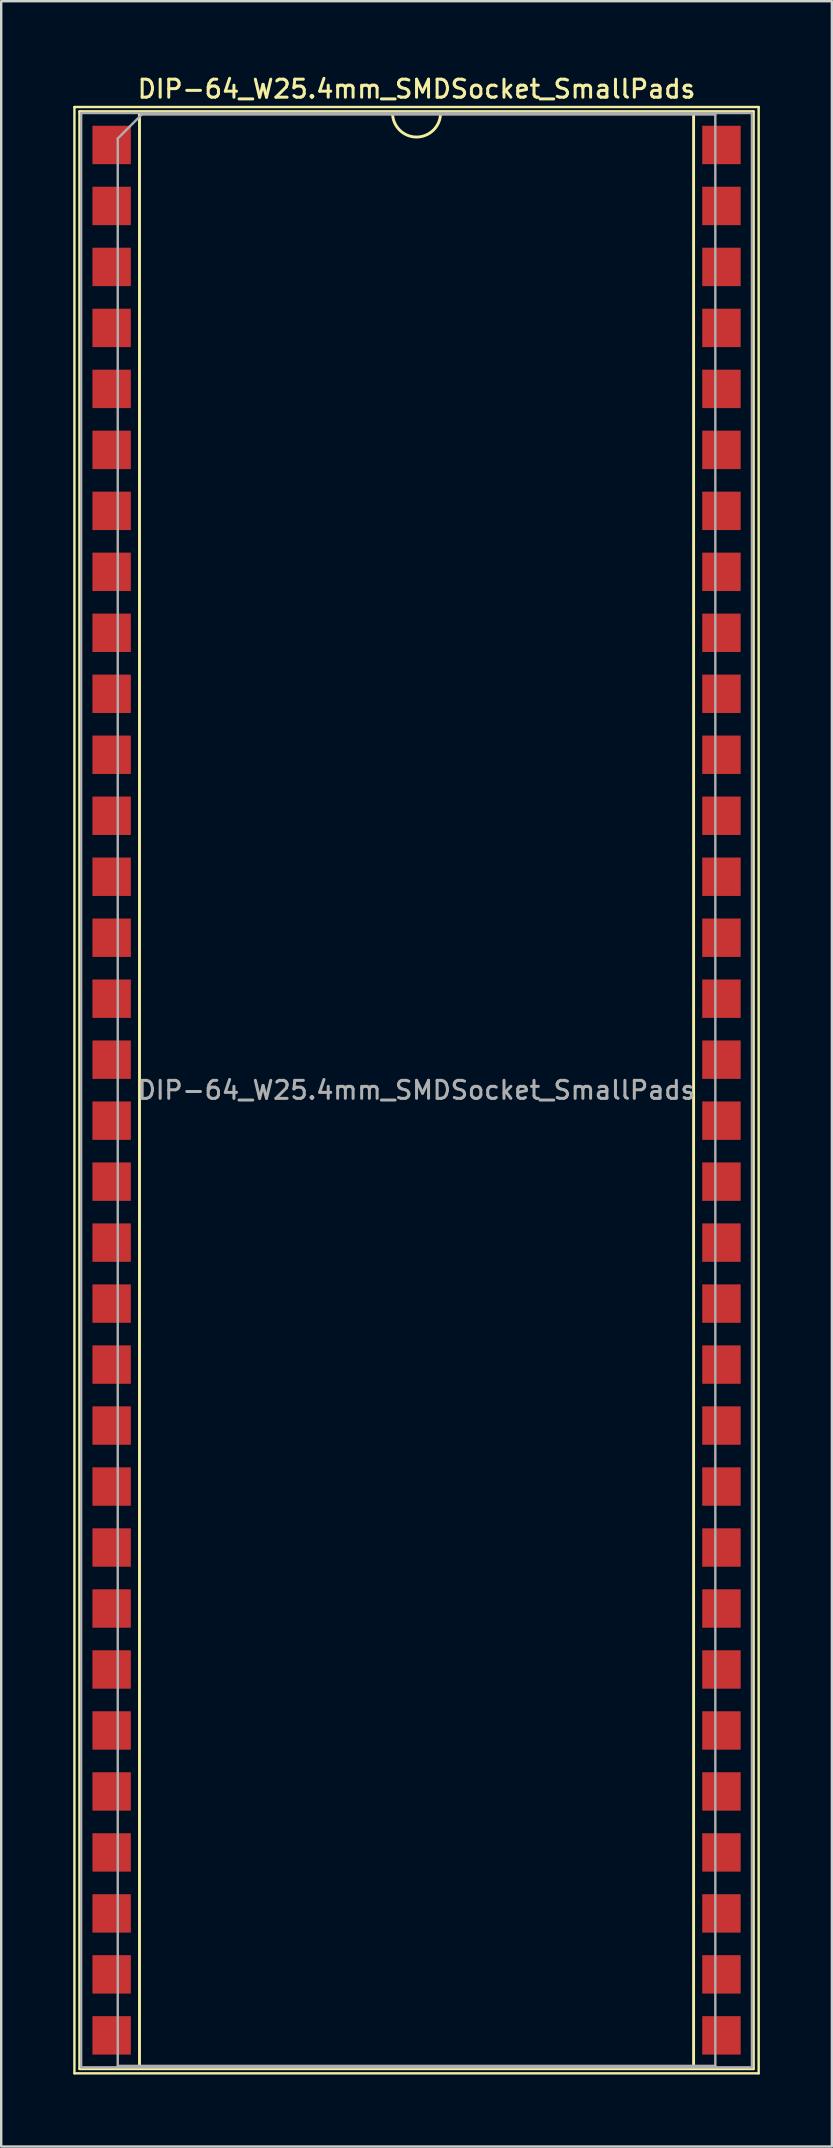
<source format=kicad_pcb>
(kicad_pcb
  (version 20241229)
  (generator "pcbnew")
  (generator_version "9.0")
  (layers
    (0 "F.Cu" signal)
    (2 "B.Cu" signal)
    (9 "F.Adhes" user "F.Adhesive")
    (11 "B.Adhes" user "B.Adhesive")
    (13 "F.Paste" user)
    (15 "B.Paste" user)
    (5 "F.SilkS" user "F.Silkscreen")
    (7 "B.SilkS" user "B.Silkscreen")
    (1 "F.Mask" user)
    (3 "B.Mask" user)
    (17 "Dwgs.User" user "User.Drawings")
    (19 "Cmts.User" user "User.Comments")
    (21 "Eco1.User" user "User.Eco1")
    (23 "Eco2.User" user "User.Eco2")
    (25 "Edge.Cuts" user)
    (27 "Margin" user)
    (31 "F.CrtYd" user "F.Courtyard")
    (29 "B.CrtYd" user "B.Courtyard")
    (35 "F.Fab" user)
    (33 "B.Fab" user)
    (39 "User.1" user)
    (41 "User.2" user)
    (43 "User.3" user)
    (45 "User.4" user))
  (footprint "DIP-64_W25.4mm_SMDSocket_SmallPads"
    (layer "F.Cu")
    (at 14.3 42.358)
    (property "Reference" "DIP-64_W25.4mm_SMDSocket_SmallPads" (at 0 -41.7 0) (layer "F.SilkS") (effects (font (size 0.75 0.75) (thickness 0.125))))
    (attr smd)
    (fp_line (start -14.25 -40.95) (end -14.25 40.95) (stroke (width 0.1) (type solid)) (layer "F.SilkS"))
    (fp_line (start -14.25 40.95) (end 14.25 40.95) (stroke (width 0.1) (type solid)) (layer "F.SilkS"))
    (fp_line (start -14.03 -40.76) (end -14.03 40.76) (stroke (width 0.12) (type solid)) (layer "F.SilkS"))
    (fp_line (start -14.03 40.76) (end 14.03 40.76) (stroke (width 0.12) (type solid)) (layer "F.SilkS"))
    (fp_line (start -11.54 -40.7) (end -11.54 40.7) (stroke (width 0.12) (type solid)) (layer "F.SilkS"))
    (fp_line (start -11.54 40.7) (end 11.54 40.7) (stroke (width 0.12) (type solid)) (layer "F.SilkS"))
    (fp_line (start -1 -40.7) (end -11.54 -40.7) (stroke (width 0.12) (type solid)) (layer "F.SilkS"))
    (fp_line (start 11.54 -40.7) (end 1 -40.7) (stroke (width 0.12) (type solid)) (layer "F.SilkS"))
    (fp_line (start 11.54 40.7) (end 11.54 -40.7) (stroke (width 0.12) (type solid)) (layer "F.SilkS"))
    (fp_line (start 14.03 -40.76) (end -14.03 -40.76) (stroke (width 0.12) (type solid)) (layer "F.SilkS"))
    (fp_line (start 14.03 40.76) (end 14.03 -40.76) (stroke (width 0.12) (type solid)) (layer "F.SilkS"))
    (fp_line (start 14.25 -40.95) (end -14.25 -40.95) (stroke (width 0.1) (type solid)) (layer "F.SilkS"))
    (fp_line (start 14.25 40.95) (end 14.25 -40.95) (stroke (width 0.1) (type solid)) (layer "F.SilkS"))
    (fp_arc (start 1 -40.7) (mid 0 -39.7) (end -1 -40.7) (stroke (width 0.12) (type solid)) (layer "F.SilkS"))
    (fp_line (start -13.97 -40.7) (end -13.97 40.7) (stroke (width 0.1) (type solid)) (layer "F.Fab"))
    (fp_line (start -13.97 40.7) (end 13.97 40.7) (stroke (width 0.1) (type solid)) (layer "F.Fab"))
    (fp_line (start -12.445 -39.64) (end -11.445 -40.64) (stroke (width 0.1) (type solid)) (layer "F.Fab"))
    (fp_line (start -12.445 40.64) (end -12.445 -39.64) (stroke (width 0.1) (type solid)) (layer "F.Fab"))
    (fp_line (start -11.445 -40.64) (end 12.445 -40.64) (stroke (width 0.1) (type solid)) (layer "F.Fab"))
    (fp_line (start 12.445 -40.64) (end 12.445 40.64) (stroke (width 0.1) (type solid)) (layer "F.Fab"))
    (fp_line (start 12.445 40.64) (end -12.445 40.64) (stroke (width 0.1) (type solid)) (layer "F.Fab"))
    (fp_line (start 13.97 -40.7) (end -13.97 -40.7) (stroke (width 0.1) (type solid)) (layer "F.Fab"))
    (fp_line (start 13.97 40.7) (end 13.97 -40.7) (stroke (width 0.1) (type solid)) (layer "F.Fab"))
    (fp_text user "${REFERENCE}" (at 0 0 0) (layer "F.Fab") (effects (font (size 0.75 0.75) (thickness 0.125))))
    (pad "1" smd rect (at -12.7 -39.37) (size 1.6 1.6) (layers "F.Cu" "F.Mask" "F.Paste"))
    (pad "2" smd rect (at -12.7 -36.83) (size 1.6 1.6) (layers "F.Cu" "F.Mask" "F.Paste"))
    (pad "3" smd rect (at -12.7 -34.29) (size 1.6 1.6) (layers "F.Cu" "F.Mask" "F.Paste"))
    (pad "4" smd rect (at -12.7 -31.75) (size 1.6 1.6) (layers "F.Cu" "F.Mask" "F.Paste"))
    (pad "5" smd rect (at -12.7 -29.21) (size 1.6 1.6) (layers "F.Cu" "F.Mask" "F.Paste"))
    (pad "6" smd rect (at -12.7 -26.67) (size 1.6 1.6) (layers "F.Cu" "F.Mask" "F.Paste"))
    (pad "7" smd rect (at -12.7 -24.13) (size 1.6 1.6) (layers "F.Cu" "F.Mask" "F.Paste"))
    (pad "8" smd rect (at -12.7 -21.59) (size 1.6 1.6) (layers "F.Cu" "F.Mask" "F.Paste"))
    (pad "9" smd rect (at -12.7 -19.05) (size 1.6 1.6) (layers "F.Cu" "F.Mask" "F.Paste"))
    (pad "10" smd rect (at -12.7 -16.51) (size 1.6 1.6) (layers "F.Cu" "F.Mask" "F.Paste"))
    (pad "11" smd rect (at -12.7 -13.97) (size 1.6 1.6) (layers "F.Cu" "F.Mask" "F.Paste"))
    (pad "12" smd rect (at -12.7 -11.43) (size 1.6 1.6) (layers "F.Cu" "F.Mask" "F.Paste"))
    (pad "13" smd rect (at -12.7 -8.89) (size 1.6 1.6) (layers "F.Cu" "F.Mask" "F.Paste"))
    (pad "14" smd rect (at -12.7 -6.35) (size 1.6 1.6) (layers "F.Cu" "F.Mask" "F.Paste"))
    (pad "15" smd rect (at -12.7 -3.81) (size 1.6 1.6) (layers "F.Cu" "F.Mask" "F.Paste"))
    (pad "16" smd rect (at -12.7 -1.27) (size 1.6 1.6) (layers "F.Cu" "F.Mask" "F.Paste"))
    (pad "17" smd rect (at -12.7 1.27) (size 1.6 1.6) (layers "F.Cu" "F.Mask" "F.Paste"))
    (pad "18" smd rect (at -12.7 3.81) (size 1.6 1.6) (layers "F.Cu" "F.Mask" "F.Paste"))
    (pad "19" smd rect (at -12.7 6.35) (size 1.6 1.6) (layers "F.Cu" "F.Mask" "F.Paste"))
    (pad "20" smd rect (at -12.7 8.89) (size 1.6 1.6) (layers "F.Cu" "F.Mask" "F.Paste"))
    (pad "21" smd rect (at -12.7 11.43) (size 1.6 1.6) (layers "F.Cu" "F.Mask" "F.Paste"))
    (pad "22" smd rect (at -12.7 13.97) (size 1.6 1.6) (layers "F.Cu" "F.Mask" "F.Paste"))
    (pad "23" smd rect (at -12.7 16.51) (size 1.6 1.6) (layers "F.Cu" "F.Mask" "F.Paste"))
    (pad "24" smd rect (at -12.7 19.05) (size 1.6 1.6) (layers "F.Cu" "F.Mask" "F.Paste"))
    (pad "25" smd rect (at -12.7 21.59) (size 1.6 1.6) (layers "F.Cu" "F.Mask" "F.Paste"))
    (pad "26" smd rect (at -12.7 24.13) (size 1.6 1.6) (layers "F.Cu" "F.Mask" "F.Paste"))
    (pad "27" smd rect (at -12.7 26.67) (size 1.6 1.6) (layers "F.Cu" "F.Mask" "F.Paste"))
    (pad "28" smd rect (at -12.7 29.21) (size 1.6 1.6) (layers "F.Cu" "F.Mask" "F.Paste"))
    (pad "29" smd rect (at -12.7 31.75) (size 1.6 1.6) (layers "F.Cu" "F.Mask" "F.Paste"))
    (pad "30" smd rect (at -12.7 34.29) (size 1.6 1.6) (layers "F.Cu" "F.Mask" "F.Paste"))
    (pad "31" smd rect (at -12.7 36.83) (size 1.6 1.6) (layers "F.Cu" "F.Mask" "F.Paste"))
    (pad "32" smd rect (at -12.7 39.37) (size 1.6 1.6) (layers "F.Cu" "F.Mask" "F.Paste"))
    (pad "33" smd rect (at 12.7 39.37) (size 1.6 1.6) (layers "F.Cu" "F.Mask" "F.Paste"))
    (pad "34" smd rect (at 12.7 36.83) (size 1.6 1.6) (layers "F.Cu" "F.Mask" "F.Paste"))
    (pad "35" smd rect (at 12.7 34.29) (size 1.6 1.6) (layers "F.Cu" "F.Mask" "F.Paste"))
    (pad "36" smd rect (at 12.7 31.75) (size 1.6 1.6) (layers "F.Cu" "F.Mask" "F.Paste"))
    (pad "37" smd rect (at 12.7 29.21) (size 1.6 1.6) (layers "F.Cu" "F.Mask" "F.Paste"))
    (pad "38" smd rect (at 12.7 26.67) (size 1.6 1.6) (layers "F.Cu" "F.Mask" "F.Paste"))
    (pad "39" smd rect (at 12.7 24.13) (size 1.6 1.6) (layers "F.Cu" "F.Mask" "F.Paste"))
    (pad "40" smd rect (at 12.7 21.59) (size 1.6 1.6) (layers "F.Cu" "F.Mask" "F.Paste"))
    (pad "41" smd rect (at 12.7 19.05) (size 1.6 1.6) (layers "F.Cu" "F.Mask" "F.Paste"))
    (pad "42" smd rect (at 12.7 16.51) (size 1.6 1.6) (layers "F.Cu" "F.Mask" "F.Paste"))
    (pad "43" smd rect (at 12.7 13.97) (size 1.6 1.6) (layers "F.Cu" "F.Mask" "F.Paste"))
    (pad "44" smd rect (at 12.7 11.43) (size 1.6 1.6) (layers "F.Cu" "F.Mask" "F.Paste"))
    (pad "45" smd rect (at 12.7 8.89) (size 1.6 1.6) (layers "F.Cu" "F.Mask" "F.Paste"))
    (pad "46" smd rect (at 12.7 6.35) (size 1.6 1.6) (layers "F.Cu" "F.Mask" "F.Paste"))
    (pad "47" smd rect (at 12.7 3.81) (size 1.6 1.6) (layers "F.Cu" "F.Mask" "F.Paste"))
    (pad "48" smd rect (at 12.7 1.27) (size 1.6 1.6) (layers "F.Cu" "F.Mask" "F.Paste"))
    (pad "49" smd rect (at 12.7 -1.27) (size 1.6 1.6) (layers "F.Cu" "F.Mask" "F.Paste"))
    (pad "50" smd rect (at 12.7 -3.81) (size 1.6 1.6) (layers "F.Cu" "F.Mask" "F.Paste"))
    (pad "51" smd rect (at 12.7 -6.35) (size 1.6 1.6) (layers "F.Cu" "F.Mask" "F.Paste"))
    (pad "52" smd rect (at 12.7 -8.89) (size 1.6 1.6) (layers "F.Cu" "F.Mask" "F.Paste"))
    (pad "53" smd rect (at 12.7 -11.43) (size 1.6 1.6) (layers "F.Cu" "F.Mask" "F.Paste"))
    (pad "54" smd rect (at 12.7 -13.97) (size 1.6 1.6) (layers "F.Cu" "F.Mask" "F.Paste"))
    (pad "55" smd rect (at 12.7 -16.51) (size 1.6 1.6) (layers "F.Cu" "F.Mask" "F.Paste"))
    (pad "56" smd rect (at 12.7 -19.05) (size 1.6 1.6) (layers "F.Cu" "F.Mask" "F.Paste"))
    (pad "57" smd rect (at 12.7 -21.59) (size 1.6 1.6) (layers "F.Cu" "F.Mask" "F.Paste"))
    (pad "58" smd rect (at 12.7 -24.13) (size 1.6 1.6) (layers "F.Cu" "F.Mask" "F.Paste"))
    (pad "59" smd rect (at 12.7 -26.67) (size 1.6 1.6) (layers "F.Cu" "F.Mask" "F.Paste"))
    (pad "60" smd rect (at 12.7 -29.21) (size 1.6 1.6) (layers "F.Cu" "F.Mask" "F.Paste"))
    (pad "61" smd rect (at 12.7 -31.75) (size 1.6 1.6) (layers "F.Cu" "F.Mask" "F.Paste"))
    (pad "62" smd rect (at 12.7 -34.29) (size 1.6 1.6) (layers "F.Cu" "F.Mask" "F.Paste"))
    (pad "63" smd rect (at 12.7 -36.83) (size 1.6 1.6) (layers "F.Cu" "F.Mask" "F.Paste"))
    (pad "64" smd rect (at 12.7 -39.37) (size 1.6 1.6) (layers "F.Cu" "F.Mask" "F.Paste")))
  (gr_rect
    (start -3 -3)
    (end 31.6 86.358)
    (stroke (width 0.1) (type default))
    (fill no)
    (layer "Edge.Cuts")))
</source>
